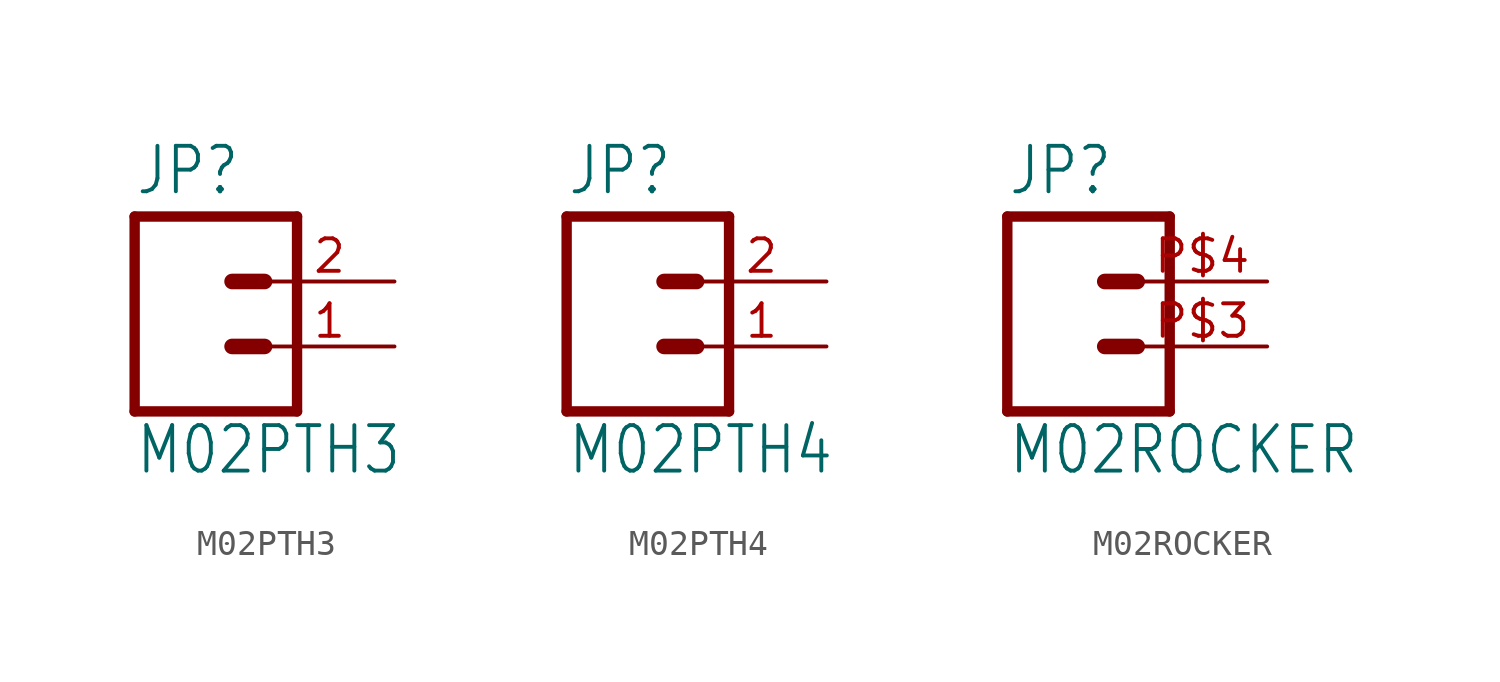
<source format=kicad_sym>
(kicad_symbol_lib
  (version 20220331)
  (generator kicad_symbol_editor)
  (symbol "M02PTH3"
    (property "Reference" "JP"
      (at -2.54 5.842 0)
      (effects (font (size 1.778 1.511)) (justify left bottom)))
    (property "Value" "M02PTH3"
      (at -2.54 -5.08 0)
      (effects (font (size 1.778 1.511)) (justify left bottom)))
    (property "ki_locked" ""
      (at 0 0 0)
      (effects (font (size 1.27 1.27))))
    (symbol "M02PTH3_1_0"
      (polyline (pts (xy -2.54 5.08) (xy -2.54 -2.54)) (stroke (width 0.406) (type solid)) (fill (type none)))
      (polyline (pts (xy -2.54 5.08) (xy 3.81 5.08)) (stroke (width 0.406) (type solid)) (fill (type none)))
      (polyline (pts (xy 1.27 0) (xy 2.54 0)) (stroke (width 0.61) (type solid)) (fill (type none)))
      (polyline (pts (xy 1.27 2.54) (xy 2.54 2.54)) (stroke (width 0.61) (type solid)) (fill (type none)))
      (polyline (pts (xy 3.81 -2.54) (xy -2.54 -2.54)) (stroke (width 0.406) (type solid)) (fill (type none)))
      (polyline (pts (xy 3.81 -2.54) (xy 3.81 5.08)) (stroke (width 0.406) (type solid)) (fill (type none)))
      (pin passive line (at 7.62 0 180) (length 5.08) (name "1" (effects (font (size 0 0)))) (number "1" (effects (font (size 1.27 1.27)))))
      (pin passive line (at 7.62 2.54 180) (length 5.08) (name "2" (effects (font (size 0 0)))) (number "2" (effects (font (size 1.27 1.27)))))))
  (symbol "M02PTH4"
    (property "Reference" "JP"
      (at -2.54 5.842 0)
      (effects (font (size 1.778 1.511)) (justify left bottom)))
    (property "Value" "M02PTH4"
      (at -2.54 -5.08 0)
      (effects (font (size 1.778 1.511)) (justify left bottom)))
    (property "ki_locked" ""
      (at 0 0 0)
      (effects (font (size 1.27 1.27))))
    (symbol "M02PTH4_1_0"
      (polyline (pts (xy -2.54 5.08) (xy -2.54 -2.54)) (stroke (width 0.406) (type solid)) (fill (type none)))
      (polyline (pts (xy -2.54 5.08) (xy 3.81 5.08)) (stroke (width 0.406) (type solid)) (fill (type none)))
      (polyline (pts (xy 1.27 0) (xy 2.54 0)) (stroke (width 0.61) (type solid)) (fill (type none)))
      (polyline (pts (xy 1.27 2.54) (xy 2.54 2.54)) (stroke (width 0.61) (type solid)) (fill (type none)))
      (polyline (pts (xy 3.81 -2.54) (xy -2.54 -2.54)) (stroke (width 0.406) (type solid)) (fill (type none)))
      (polyline (pts (xy 3.81 -2.54) (xy 3.81 5.08)) (stroke (width 0.406) (type solid)) (fill (type none)))
      (pin passive line (at 7.62 0 180) (length 5.08) (name "1" (effects (font (size 0 0)))) (number "1" (effects (font (size 1.27 1.27)))))
      (pin passive line (at 7.62 2.54 180) (length 5.08) (name "2" (effects (font (size 0 0)))) (number "2" (effects (font (size 1.27 1.27)))))))
  (symbol "M02ROCKER"
    (property "Reference" "JP"
      (at -2.54 5.842 0)
      (effects (font (size 1.778 1.511)) (justify left bottom)))
    (property "Value" "M02ROCKER"
      (at -2.54 -5.08 0)
      (effects (font (size 1.778 1.511)) (justify left bottom)))
    (property "ki_locked" ""
      (at 0 0 0)
      (effects (font (size 1.27 1.27))))
    (symbol "M02ROCKER_1_0"
      (polyline (pts (xy -2.54 5.08) (xy -2.54 -2.54)) (stroke (width 0.406) (type solid)) (fill (type none)))
      (polyline (pts (xy -2.54 5.08) (xy 3.81 5.08)) (stroke (width 0.406) (type solid)) (fill (type none)))
      (polyline (pts (xy 1.27 0) (xy 2.54 0)) (stroke (width 0.61) (type solid)) (fill (type none)))
      (polyline (pts (xy 1.27 2.54) (xy 2.54 2.54)) (stroke (width 0.61) (type solid)) (fill (type none)))
      (polyline (pts (xy 3.81 -2.54) (xy -2.54 -2.54)) (stroke (width 0.406) (type solid)) (fill (type none)))
      (polyline (pts (xy 3.81 -2.54) (xy 3.81 5.08)) (stroke (width 0.406) (type solid)) (fill (type none)))
      (pin passive line (at 7.62 0 180) (length 5.08) (name "1" (effects (font (size 0 0)))) (number "P$3" (effects (font (size 1.27 1.27)))))
      (pin passive line (at 7.62 2.54 180) (length 5.08) (name "2" (effects (font (size 0 0)))) (number "P$4" (effects (font (size 1.27 1.27))))))))
</source>
